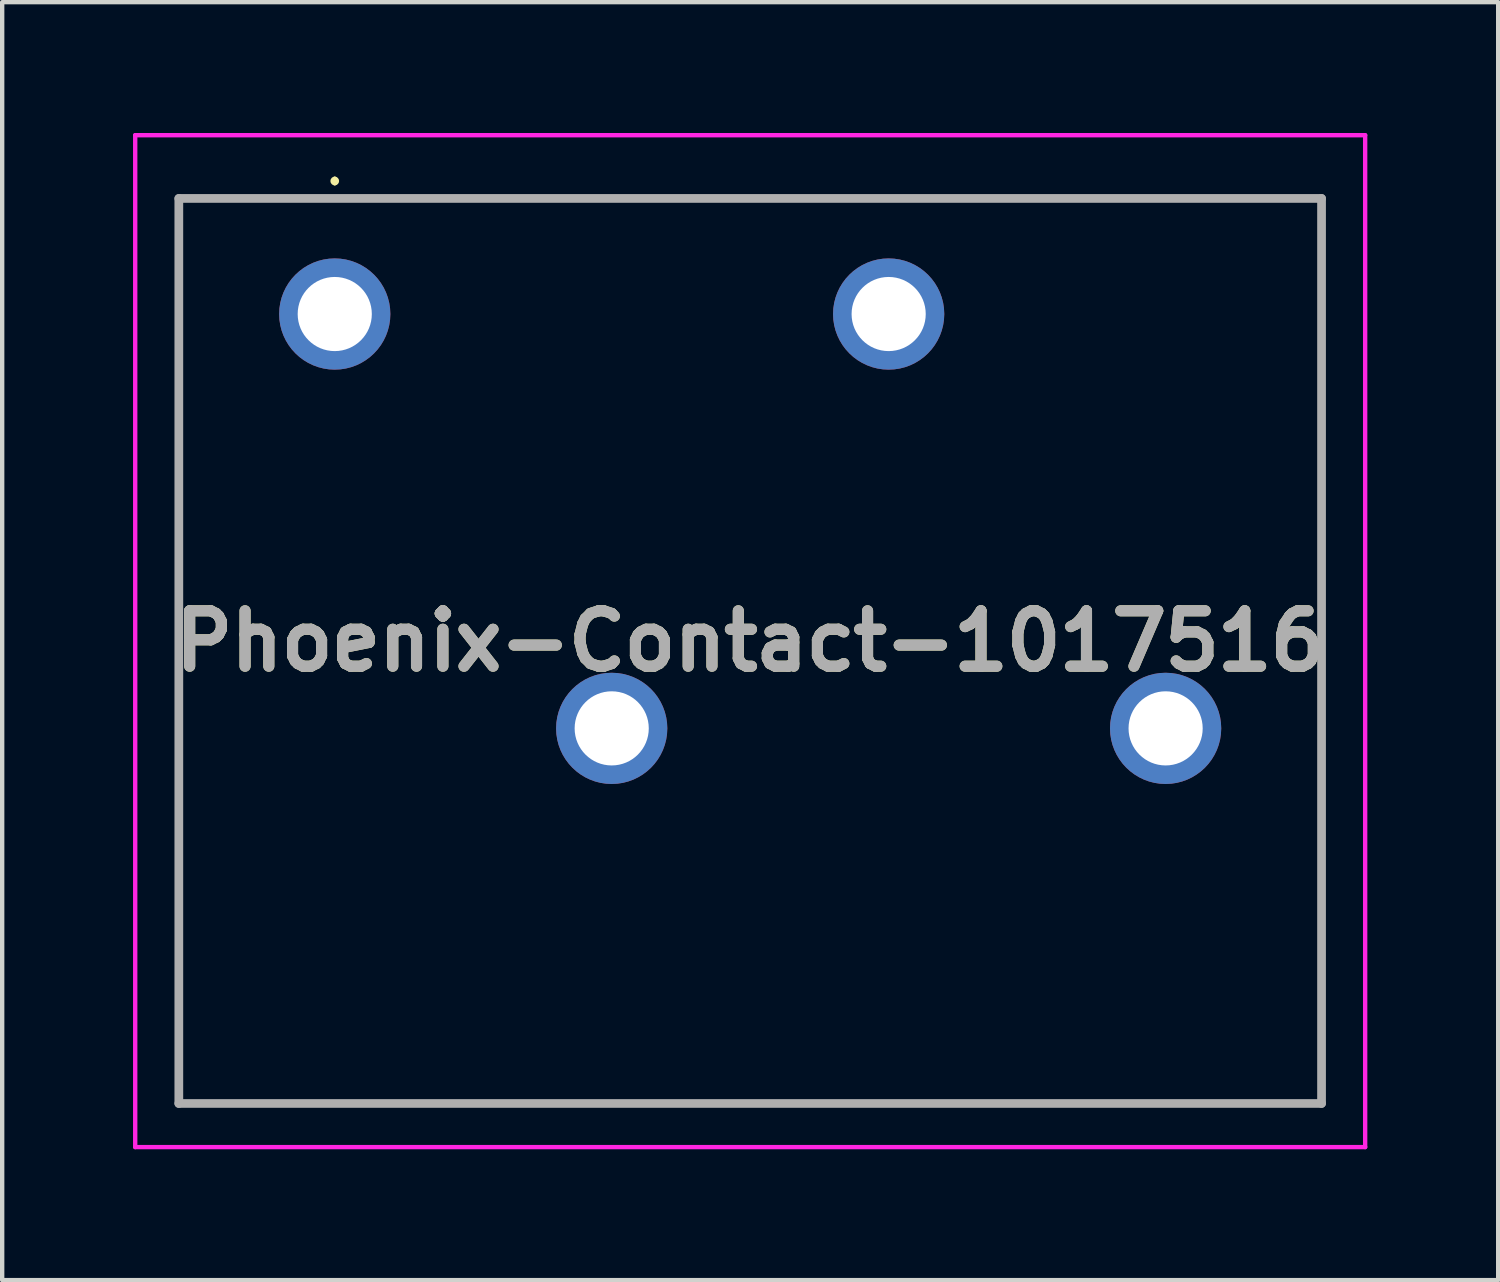
<source format=kicad_pcb>
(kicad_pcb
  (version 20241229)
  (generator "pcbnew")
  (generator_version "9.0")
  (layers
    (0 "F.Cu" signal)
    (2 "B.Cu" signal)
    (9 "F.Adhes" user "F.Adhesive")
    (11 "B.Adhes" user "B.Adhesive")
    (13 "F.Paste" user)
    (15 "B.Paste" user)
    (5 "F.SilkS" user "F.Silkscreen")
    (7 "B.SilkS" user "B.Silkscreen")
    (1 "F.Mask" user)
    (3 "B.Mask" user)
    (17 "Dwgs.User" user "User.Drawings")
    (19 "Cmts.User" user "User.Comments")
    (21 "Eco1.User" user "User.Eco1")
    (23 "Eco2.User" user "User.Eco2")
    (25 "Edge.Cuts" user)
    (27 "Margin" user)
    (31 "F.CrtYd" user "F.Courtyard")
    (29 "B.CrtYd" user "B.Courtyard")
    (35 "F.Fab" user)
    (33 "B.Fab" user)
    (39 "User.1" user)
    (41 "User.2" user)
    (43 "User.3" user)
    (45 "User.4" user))
  (footprint "Phoenix-Contact-1017516"
    (layer "F.Cu")
    (at 4.625 4.15)
    (property "Reference" "Phoenix-Contact-1017516" (at 9.525 7.5 0) (layer "F.SilkS") (effects (font (size 1.27 1.27) (thickness 0.254))))
    (attr through_hole)
    (fp_line (start -3.575 -2.65) (end 22.625 -2.65) (stroke (width 0.1) (type solid)) (layer "F.SilkS"))
    (fp_line (start -3.575 18.1) (end -3.575 -2.65) (stroke (width 0.1) (type solid)) (layer "F.SilkS"))
    (fp_line (start 0 -3.1) (end 0 -3.1) (stroke (width 0.1) (type solid)) (layer "F.SilkS"))
    (fp_line (start 0 -3) (end 0 -3) (stroke (width 0.1) (type solid)) (layer "F.SilkS"))
    (fp_line (start 22.625 -2.65) (end 22.625 18.1) (stroke (width 0.1) (type solid)) (layer "F.SilkS"))
    (fp_line (start 22.625 18.1) (end -3.575 18.1) (stroke (width 0.1) (type solid)) (layer "F.SilkS"))
    (fp_arc (start 0 -3.1) (mid 0.05 -3.05) (end 0 -3) (stroke (width 0.1) (type solid)) (layer "F.SilkS"))
    (fp_arc (start 0 -3) (mid -0.05 -3.05) (end 0 -3.1) (stroke (width 0.1) (type solid)) (layer "F.SilkS"))
    (fp_line (start -4.575 -4.1) (end 23.625 -4.1) (stroke (width 0.1) (type solid)) (layer "F.CrtYd"))
    (fp_line (start -4.575 19.1) (end -4.575 -4.1) (stroke (width 0.1) (type solid)) (layer "F.CrtYd"))
    (fp_line (start 23.625 -4.1) (end 23.625 19.1) (stroke (width 0.1) (type solid)) (layer "F.CrtYd"))
    (fp_line (start 23.625 19.1) (end -4.575 19.1) (stroke (width 0.1) (type solid)) (layer "F.CrtYd"))
    (fp_line (start -3.575 -2.65) (end 22.625 -2.65) (stroke (width 0.2) (type solid)) (layer "F.Fab"))
    (fp_line (start -3.575 18.1) (end -3.575 -2.65) (stroke (width 0.2) (type solid)) (layer "F.Fab"))
    (fp_line (start 22.625 -2.65) (end 22.625 18.1) (stroke (width 0.2) (type solid)) (layer "F.Fab"))
    (fp_line (start 22.625 18.1) (end -3.575 18.1) (stroke (width 0.2) (type solid)) (layer "F.Fab"))
    (fp_text user "${REFERENCE}" (at 9.525 7.5 0) (layer "F.Fab") (effects (font (size 1.27 1.27) (thickness 0.254))))
    (pad "1" thru_hole circle (at 0 0) (size 2.55 2.55) (drill 1.7) (layers "*.Cu" "*.Mask"))
    (pad "2" thru_hole circle (at 6.35 9.5) (size 2.55 2.55) (drill 1.7) (layers "*.Cu" "*.Mask"))
    (pad "3" thru_hole circle (at 12.7 0) (size 2.55 2.55) (drill 1.7) (layers "*.Cu" "*.Mask"))
    (pad "4" thru_hole circle (at 19.05 9.5) (size 2.55 2.55) (drill 1.7) (layers "*.Cu" "*.Mask")))
  (gr_rect
    (start -3 -3)
    (end 31.3 26.3)
    (stroke (width 0.1) (type default))
    (fill no)
    (layer "Edge.Cuts")))
</source>
